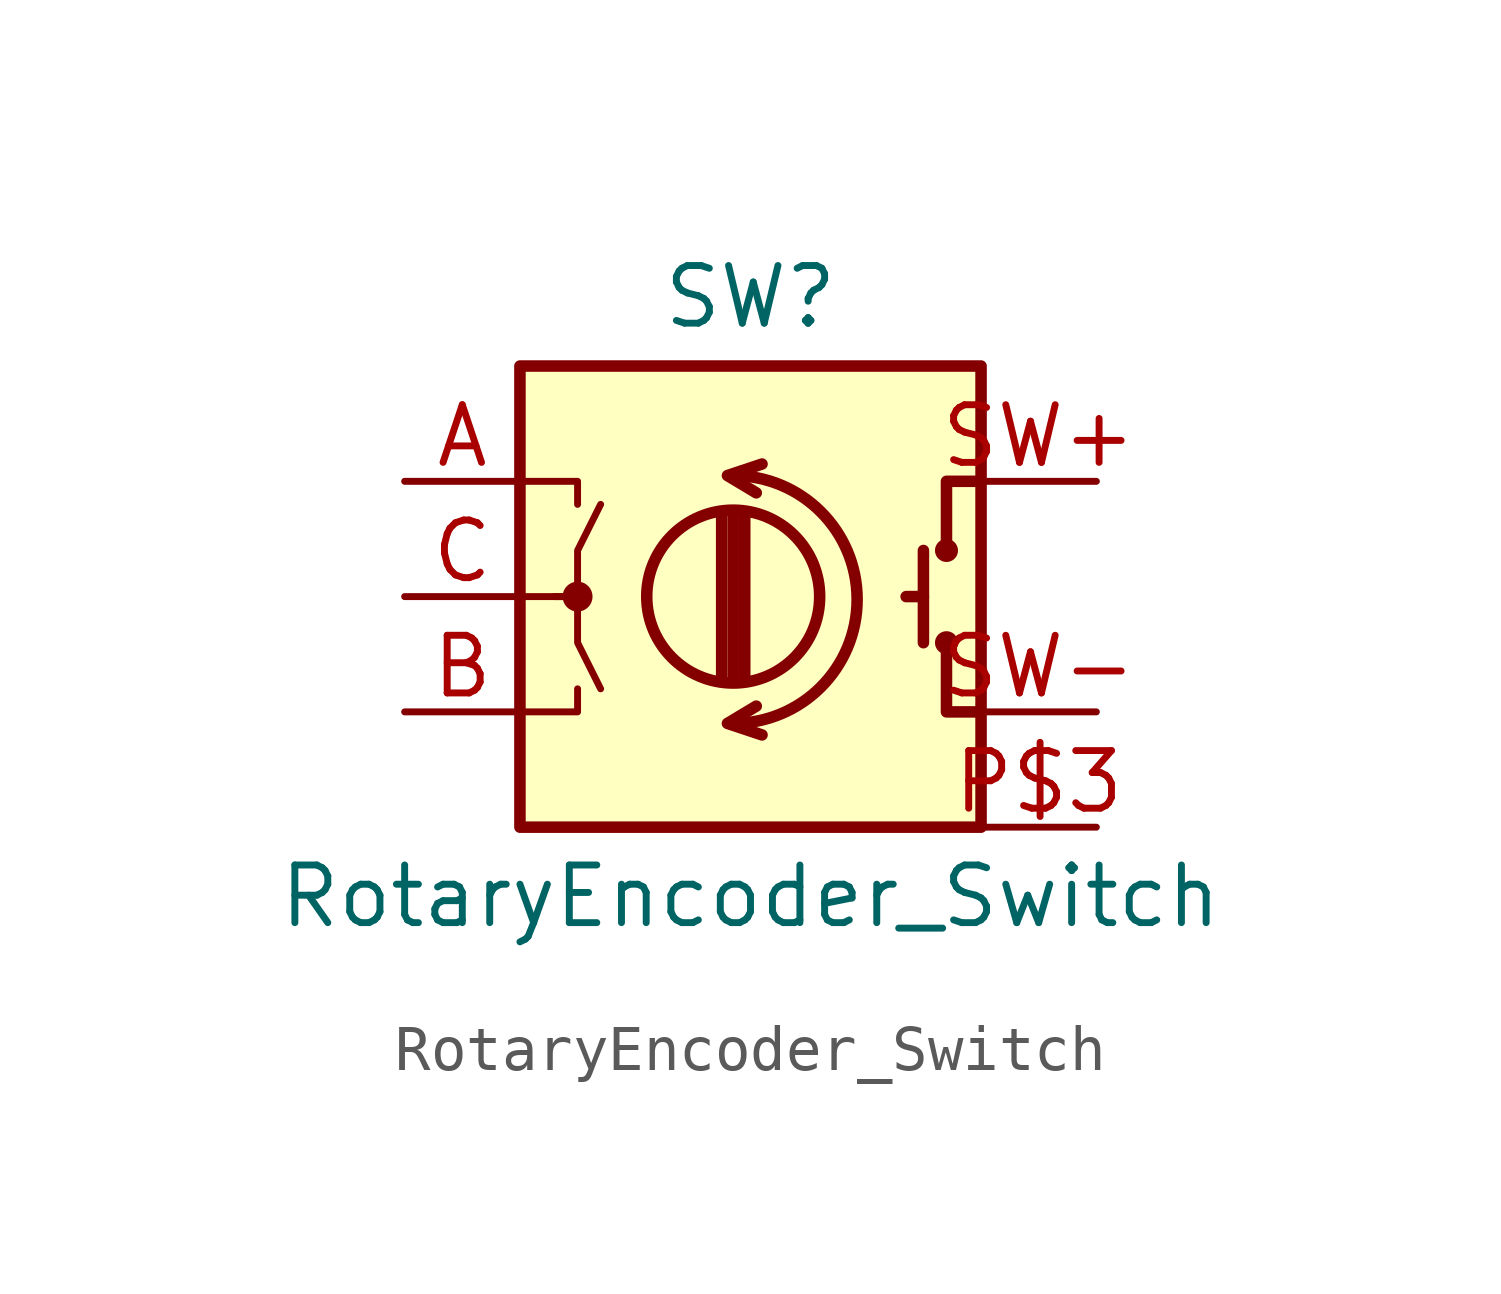
<source format=kicad_sym>
(kicad_symbol_lib
  (version 20211014)
  (generator kicad_symbol_editor)
  (symbol "RotaryEncoder_Switch"
    (pin_names
      (offset 0.254) hide)
    (property "Reference" "SW"
      (at 0 6.604 0)
      (effects (font (size 1.27 1.27))))
    (property "Value" "RotaryEncoder_Switch"
      (at 0 -6.604 0)
      (effects (font (size 1.27 1.27))))
    (symbol "RotaryEncoder_Switch_0_1"
      (rectangle (start -5.08 5.08) (end 5.08 -5.08) (stroke (width 0.254) (type default) (color 0 0 0 0)) (fill (type background)))
      (circle (center -3.81 0) (radius 0.254) (stroke (width 0) (type default) (color 0 0 0 0)) (fill (type outline)))
      (arc (start -0.381 -2.794) (mid 2.3622 -0.0508) (end -0.381 2.667) (stroke (width 0.254) (type default) (color 0 0 0 0)) (fill (type none)))
      (circle (center -0.381 0) (radius 1.905) (stroke (width 0.254) (type default) (color 0 0 0 0)) (fill (type none)))
      (polyline (pts (xy -0.635 -1.778) (xy -0.635 1.778)) (stroke (width 0.254) (type default) (color 0 0 0 0)) (fill (type none)))
      (polyline (pts (xy -0.381 -1.778) (xy -0.381 1.778)) (stroke (width 0.254) (type default) (color 0 0 0 0)) (fill (type none)))
      (polyline (pts (xy -0.127 1.778) (xy -0.127 -1.778)) (stroke (width 0.254) (type default) (color 0 0 0 0)) (fill (type none)))
      (polyline (pts (xy 3.81 0) (xy 3.429 0)) (stroke (width 0.254) (type default) (color 0 0 0 0)) (fill (type none)))
      (polyline (pts (xy 3.81 1.016) (xy 3.81 -1.016)) (stroke (width 0.254) (type default) (color 0 0 0 0)) (fill (type none)))
      (polyline (pts (xy -5.08 -2.54) (xy -3.81 -2.54) (xy -3.81 -2.032)) (stroke (width 0) (type default) (color 0 0 0 0)) (fill (type none)))
      (polyline (pts (xy -5.08 2.54) (xy -3.81 2.54) (xy -3.81 2.032)) (stroke (width 0) (type default) (color 0 0 0 0)) (fill (type none)))
      (polyline (pts (xy 0.254 -3.048) (xy -0.508 -2.794) (xy 0.127 -2.413)) (stroke (width 0.254) (type default) (color 0 0 0 0)) (fill (type none)))
      (polyline (pts (xy 0.254 2.921) (xy -0.508 2.667) (xy 0.127 2.286)) (stroke (width 0.254) (type default) (color 0 0 0 0)) (fill (type none)))
      (polyline (pts (xy 5.08 -2.54) (xy 4.318 -2.54) (xy 4.318 -1.016)) (stroke (width 0.254) (type default) (color 0 0 0 0)) (fill (type none)))
      (polyline (pts (xy 5.08 2.54) (xy 4.318 2.54) (xy 4.318 1.016)) (stroke (width 0.254) (type default) (color 0 0 0 0)) (fill (type none)))
      (polyline (pts (xy -5.08 0) (xy -3.81 0) (xy -3.81 -1.016) (xy -3.302 -2.032)) (stroke (width 0) (type default) (color 0 0 0 0)) (fill (type none)))
      (polyline (pts (xy -4.318 0) (xy -3.81 0) (xy -3.81 1.016) (xy -3.302 2.032)) (stroke (width 0) (type default) (color 0 0 0 0)) (fill (type none)))
      (circle (center 4.318 -1.016) (radius 0.127) (stroke (width 0.254) (type default) (color 0 0 0 0)) (fill (type none)))
      (circle (center 4.318 1.016) (radius 0.127) (stroke (width 0.254) (type default) (color 0 0 0 0)) (fill (type none))))
    (symbol "RotaryEncoder_Switch_1_1"
      (pin passive line (at -7.62 2.54 0) (length 2.54) (name "A" (effects (font (size 1.27 1.27)))) (number "A" (effects (font (size 1.27 1.27)))))
      (pin passive line (at -7.62 -2.54 0) (length 2.54) (name "B" (effects (font (size 1.27 1.27)))) (number "B" (effects (font (size 1.27 1.27)))))
      (pin passive line (at -7.62 0 0) (length 2.54) (name "C" (effects (font (size 1.27 1.27)))) (number "C" (effects (font (size 1.27 1.27)))))
      (pin passive line (at 7.62 -5.08 180) (length 2.54) (name "P$3" (effects (font (size 1.27 1.27)))) (number "P$3" (effects (font (size 1.27 1.27)))))
      (pin passive line (at 7.62 2.54 180) (length 2.54) (name "SW+" (effects (font (size 1.27 1.27)))) (number "SW+" (effects (font (size 1.27 1.27)))) (alternate "SW+" passive line))
      (pin passive line (at 7.62 -2.54 180) (length 2.54) (name "SW-" (effects (font (size 1.27 1.27)))) (number "SW-" (effects (font (size 1.27 1.27))))))))
</source>
